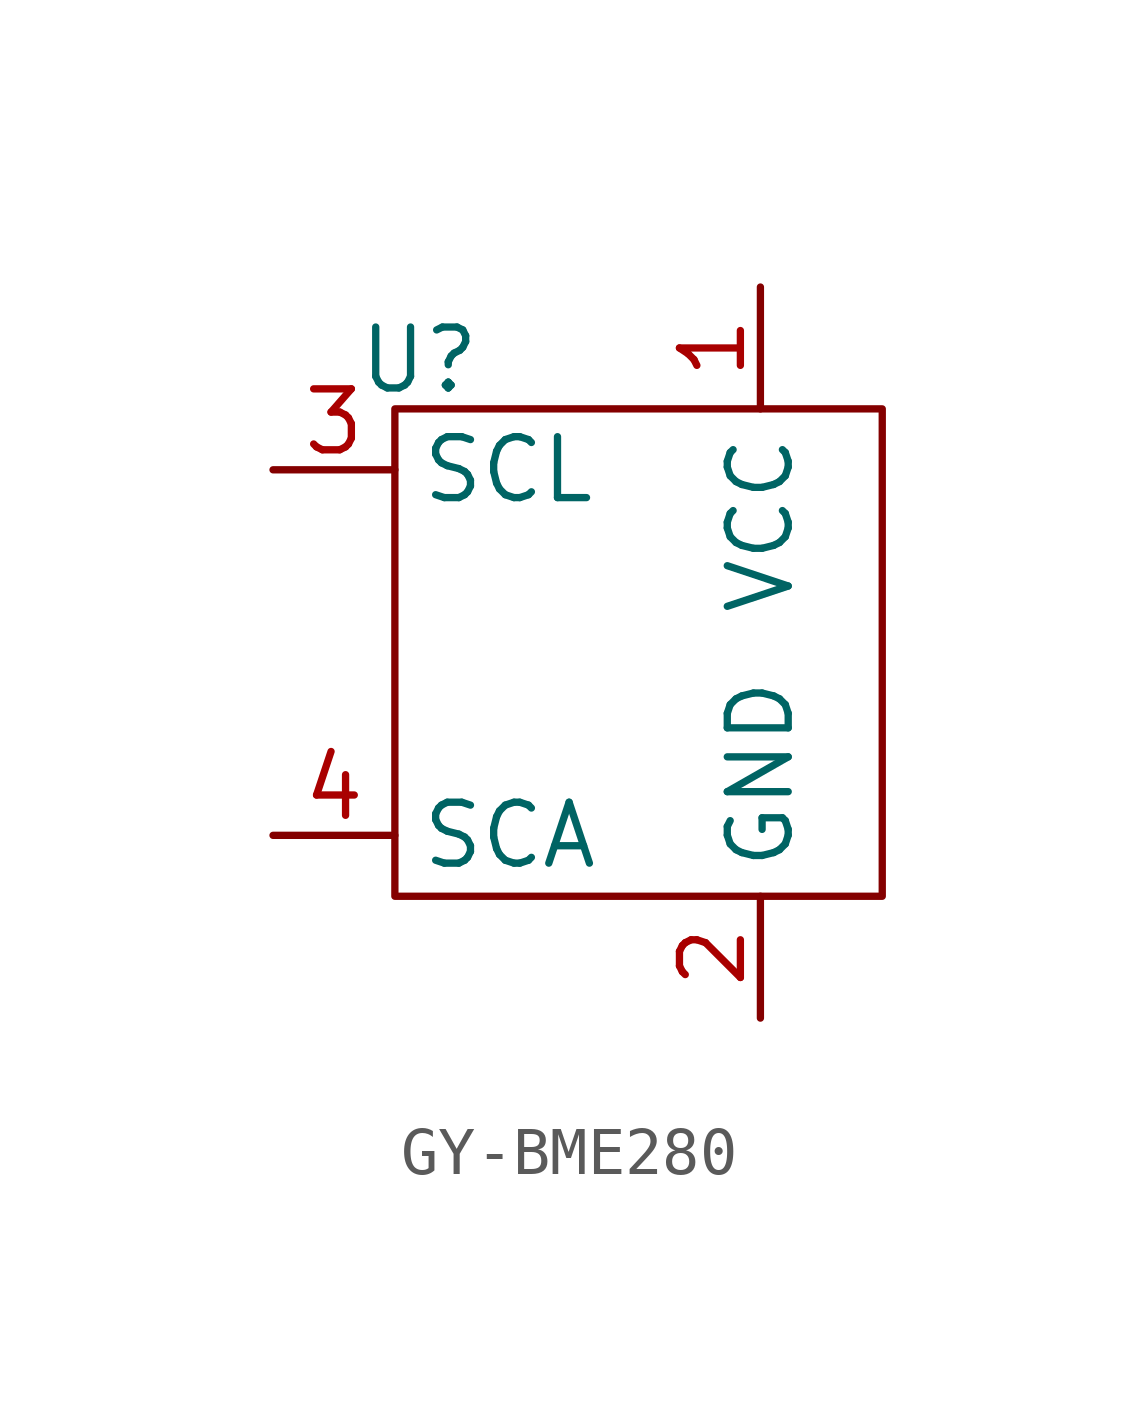
<source format=kicad_sym>
(kicad_symbol_lib
  (version 20231120)
  (generator "kicad_symbol_editor")
  (generator_version "8.0")
  (symbol "GY-BME280"
    (property "Reference" "U"
      (at -4.572 6.096 0)
      (effects (font (size 1.27 1.27))))
    (property "Value" ""
      (at -2.54 7.62 0)
      (effects (font (size 1.27 1.27))))
    (symbol "GY-BME280_0_1"
      (rectangle (start -5.08 5.08) (end 5.08 -5.08) (stroke (width 0) (type default)) (fill (type none))))
    (symbol "GY-BME280_1_1"
      (pin power_in line (at 2.54 7.62 270) (length 2.54) (name "VCC" (effects (font (size 1.27 1.27)))) (number "1" (effects (font (size 1.27 1.27)))))
      (pin power_in line (at 2.54 -7.62 90) (length 2.54) (name "GND" (effects (font (size 1.27 1.27)))) (number "2" (effects (font (size 1.27 1.27)))))
      (pin input line (at -7.62 3.81 0) (length 2.54) (name "SCL" (effects (font (size 1.27 1.27)))) (number "3" (effects (font (size 1.27 1.27)))))
      (pin bidirectional line (at -7.62 -3.81 0) (length 2.54) (name "SCA" (effects (font (size 1.27 1.27)))) (number "4" (effects (font (size 1.27 1.27))))))))
</source>
